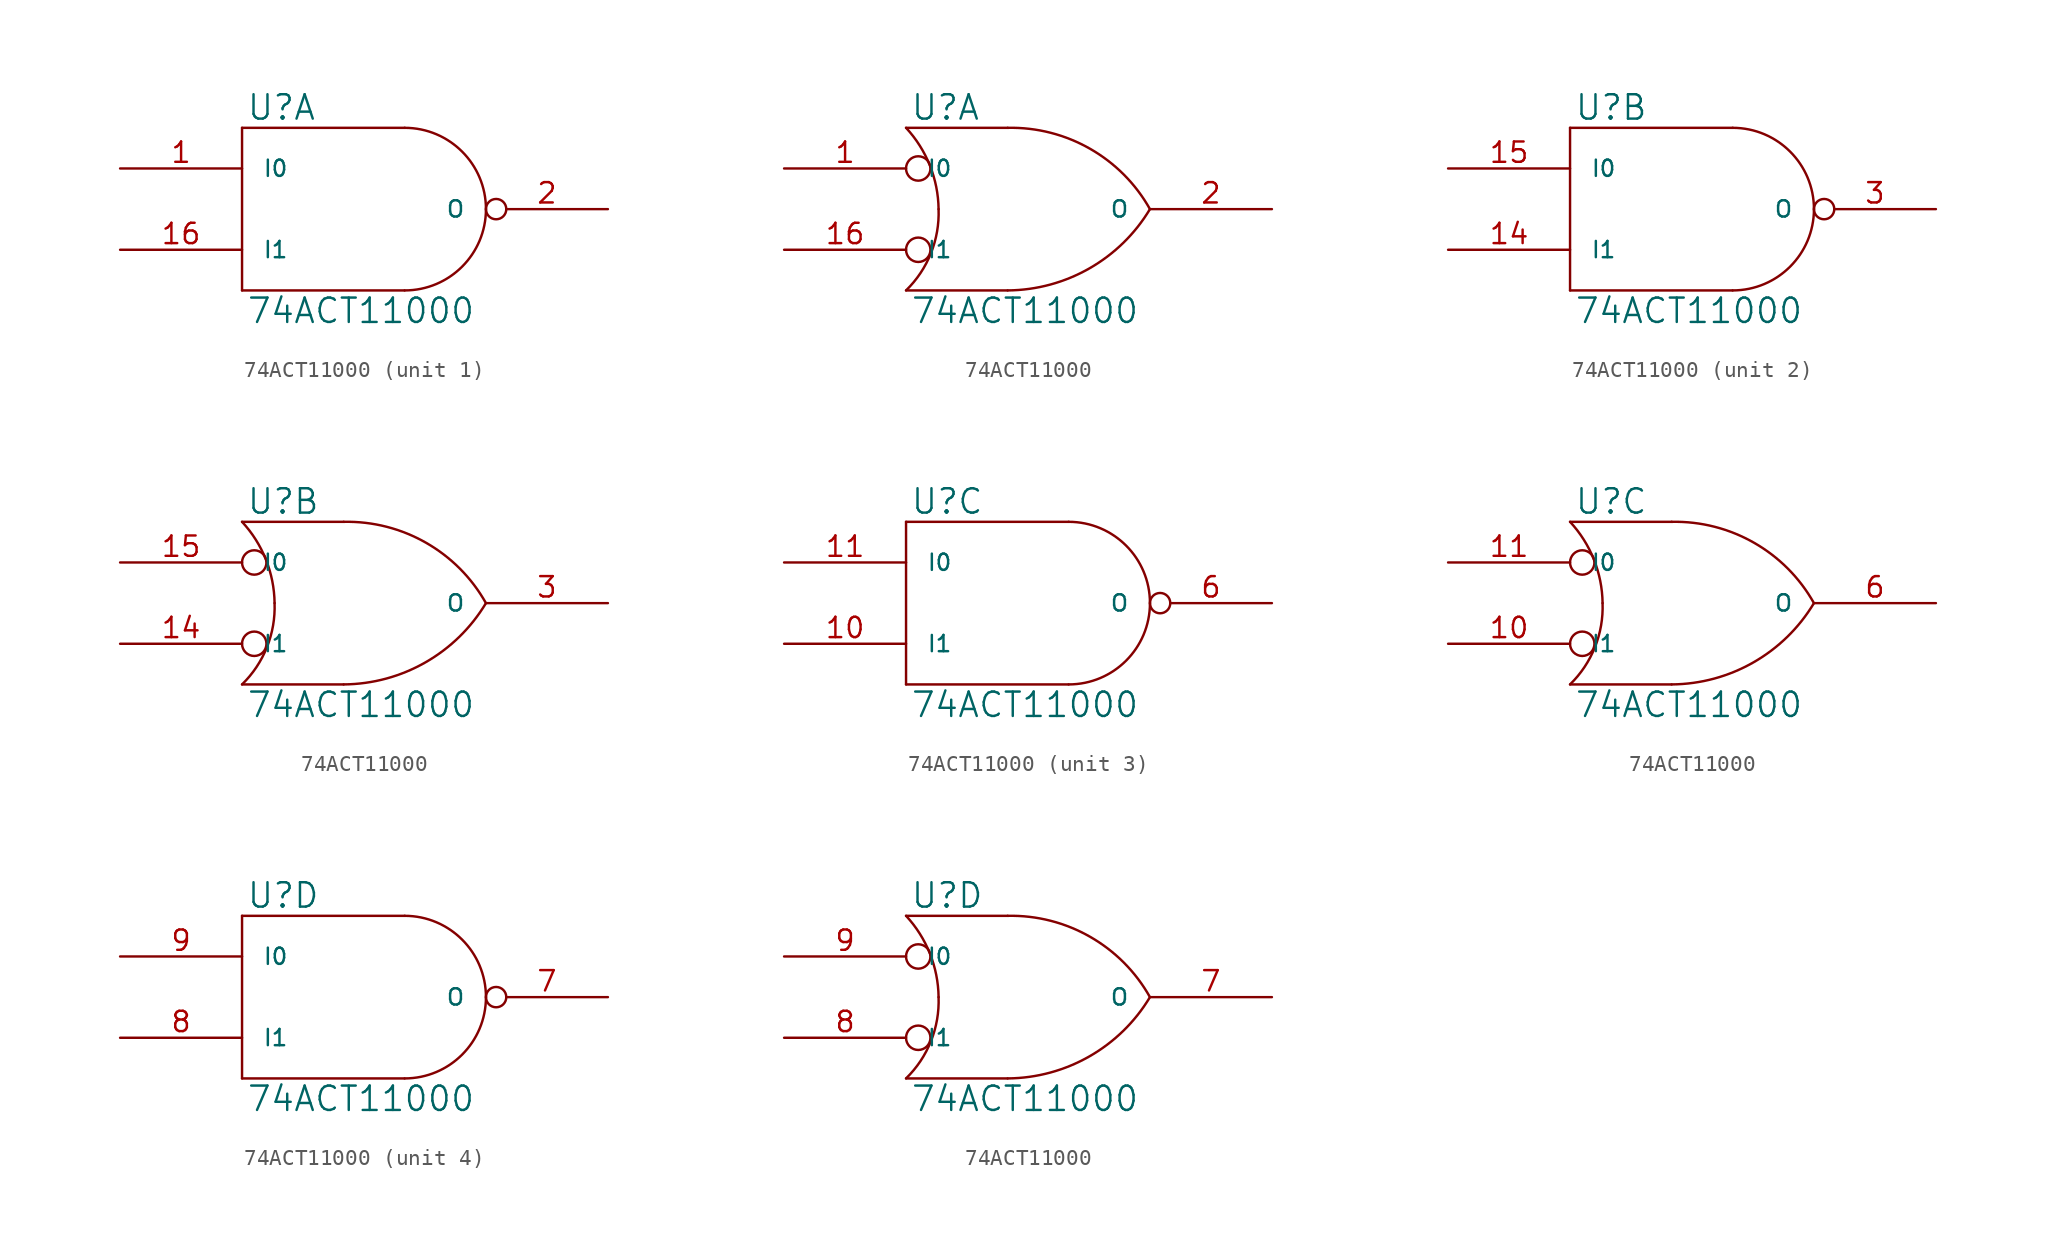
<source format=kicad_sym>
(kicad_symbol_lib
  (version 20231120)
  (generator "kicad_symbol_editor")
  (generator_version "8.0")
  (symbol "74ACT11000"
    (pin_names
      (offset 1.27))
    (property "Reference" "U"
      (at 0.254 0.381 0)
      (effects (font (size 1.524 1.524)) (justify left bottom)))
    (property "Value" "74ACT11000"
      (at 0.254 -10.541 0)
      (effects (font (size 1.524 1.524)) (justify left top)))
    (symbol "74ACT11000_0_1"
      (polyline (pts (xy 0 -10.16) (xy 10.16 -10.16)) (stroke (width 0) (type solid)) (fill (type none)))
      (polyline (pts (xy 0 0) (xy 0 -10.16)) (stroke (width 0) (type solid)) (fill (type none)))
      (polyline (pts (xy 10.16 0) (xy 0 0)) (stroke (width 0) (type solid)) (fill (type none)))
      (arc (start 10.16 -10.16) (mid 13.7521 -8.6721) (end 15.24 -5.08) (stroke (width 0) (type solid)) (fill (type none)))
      (arc (start 15.24 -5.08) (mid 13.7521 -1.4879) (end 10.16 0) (stroke (width 0) (type solid)) (fill (type none))))
    (symbol "74ACT11000_0_2"
      (arc (start 0 -10.16) (mid 1.5573 -7.8293) (end 2.032 -5.08) (stroke (width 0) (type solid)) (fill (type none)))
      (polyline (pts (xy 6.35 -10.16) (xy 0 -10.16)) (stroke (width 0) (type solid)) (fill (type none)))
      (polyline (pts (xy 6.35 0) (xy 0 0)) (stroke (width 0) (type solid)) (fill (type none)))
      (circle (center 0.762 -7.62) (radius 0.762) (stroke (width 0) (type solid)) (fill (type none)))
      (circle (center 0.762 -2.54) (radius 0.762) (stroke (width 0) (type solid)) (fill (type none)))
      (arc (start 2.032 -5.08) (mid 1.4906 -2.3584) (end 0 0) (stroke (width 0) (type solid)) (fill (type none)))
      (arc (start 6.35 -10.16) (mid 11.4496 -8.7875) (end 15.24 -5.08) (stroke (width 0) (type solid)) (fill (type none)))
      (arc (start 15.24 -5.08) (mid 11.4893 -1.3041) (end 6.35 0) (stroke (width 0) (type solid)) (fill (type none))))
    (symbol "74ACT11000_1_1"
      (pin input line (at -7.62 -2.54 0) (length 7.62) (name "I0" (effects (font (size 1.016 1.016)))) (number "1" (effects (font (size 1.27 1.27)))))
      (pin power_in line (at 2.54 0 270) (length 0) hide (name "VCC" (effects (font (size 1.016 1.016)))) (number "12" (effects (font (size 1.27 1.27)))))
      (pin power_in line (at 0 0 270) (length 0) hide (name "VCC" (effects (font (size 1.016 1.016)))) (number "13" (effects (font (size 1.27 1.27)))))
      (pin input line (at -7.62 -7.62 0) (length 7.62) (name "I1" (effects (font (size 1.016 1.016)))) (number "16" (effects (font (size 1.27 1.27)))))
      (pin output inverted (at 22.86 -5.08 180) (length 7.62) (name "O" (effects (font (size 1.016 1.016)))) (number "2" (effects (font (size 1.27 1.27)))))
      (pin power_in line (at 0 -10.16 90) (length 0) hide (name "GND" (effects (font (size 1.016 1.016)))) (number "4" (effects (font (size 1.27 1.27)))))
      (pin power_in line (at 2.54 -10.16 90) (length 0) hide (name "GND" (effects (font (size 1.016 1.016)))) (number "5" (effects (font (size 1.27 1.27))))))
    (symbol "74ACT11000_1_2"
      (pin input line (at -7.62 -2.54 0) (length 7.62) (name "I0" (effects (font (size 1.016 1.016)))) (number "1" (effects (font (size 1.27 1.27)))))
      (pin power_in line (at 2.54 0 270) (length 0) hide (name "VCC" (effects (font (size 1.016 1.016)))) (number "12" (effects (font (size 1.27 1.27)))))
      (pin power_in line (at 0 0 270) (length 0) hide (name "VCC" (effects (font (size 1.016 1.016)))) (number "13" (effects (font (size 1.27 1.27)))))
      (pin input line (at -7.62 -7.62 0) (length 7.62) (name "I1" (effects (font (size 1.016 1.016)))) (number "16" (effects (font (size 1.27 1.27)))))
      (pin output line (at 22.86 -5.08 180) (length 7.62) (name "O" (effects (font (size 1.016 1.016)))) (number "2" (effects (font (size 1.27 1.27)))))
      (pin power_in line (at 0 -10.16 90) (length 0) hide (name "GND" (effects (font (size 1.016 1.016)))) (number "4" (effects (font (size 1.27 1.27)))))
      (pin power_in line (at 2.54 -10.16 90) (length 0) hide (name "GND" (effects (font (size 1.016 1.016)))) (number "5" (effects (font (size 1.27 1.27))))))
    (symbol "74ACT11000_2_1"
      (pin power_in line (at 2.54 0 270) (length 0) hide (name "VCC" (effects (font (size 1.016 1.016)))) (number "12" (effects (font (size 1.27 1.27)))))
      (pin power_in line (at 0 0 270) (length 0) hide (name "VCC" (effects (font (size 1.016 1.016)))) (number "13" (effects (font (size 1.27 1.27)))))
      (pin input line (at -7.62 -7.62 0) (length 7.62) (name "I1" (effects (font (size 1.016 1.016)))) (number "14" (effects (font (size 1.27 1.27)))))
      (pin input line (at -7.62 -2.54 0) (length 7.62) (name "I0" (effects (font (size 1.016 1.016)))) (number "15" (effects (font (size 1.27 1.27)))))
      (pin output inverted (at 22.86 -5.08 180) (length 7.62) (name "O" (effects (font (size 1.016 1.016)))) (number "3" (effects (font (size 1.27 1.27)))))
      (pin power_in line (at 0 -10.16 90) (length 0) hide (name "GND" (effects (font (size 1.016 1.016)))) (number "4" (effects (font (size 1.27 1.27)))))
      (pin power_in line (at 2.54 -10.16 90) (length 0) hide (name "GND" (effects (font (size 1.016 1.016)))) (number "5" (effects (font (size 1.27 1.27))))))
    (symbol "74ACT11000_2_2"
      (pin power_in line (at 2.54 0 270) (length 0) hide (name "VCC" (effects (font (size 1.016 1.016)))) (number "12" (effects (font (size 1.27 1.27)))))
      (pin power_in line (at 0 0 270) (length 0) hide (name "VCC" (effects (font (size 1.016 1.016)))) (number "13" (effects (font (size 1.27 1.27)))))
      (pin input line (at -7.62 -7.62 0) (length 7.62) (name "I1" (effects (font (size 1.016 1.016)))) (number "14" (effects (font (size 1.27 1.27)))))
      (pin input line (at -7.62 -2.54 0) (length 7.62) (name "I0" (effects (font (size 1.016 1.016)))) (number "15" (effects (font (size 1.27 1.27)))))
      (pin output line (at 22.86 -5.08 180) (length 7.62) (name "O" (effects (font (size 1.016 1.016)))) (number "3" (effects (font (size 1.27 1.27)))))
      (pin power_in line (at 0 -10.16 90) (length 0) hide (name "GND" (effects (font (size 1.016 1.016)))) (number "4" (effects (font (size 1.27 1.27)))))
      (pin power_in line (at 2.54 -10.16 90) (length 0) hide (name "GND" (effects (font (size 1.016 1.016)))) (number "5" (effects (font (size 1.27 1.27))))))
    (symbol "74ACT11000_3_1"
      (pin input line (at -7.62 -7.62 0) (length 7.62) (name "I1" (effects (font (size 1.016 1.016)))) (number "10" (effects (font (size 1.27 1.27)))))
      (pin input line (at -7.62 -2.54 0) (length 7.62) (name "I0" (effects (font (size 1.016 1.016)))) (number "11" (effects (font (size 1.27 1.27)))))
      (pin power_in line (at 2.54 0 270) (length 0) hide (name "VCC" (effects (font (size 1.016 1.016)))) (number "12" (effects (font (size 1.27 1.27)))))
      (pin power_in line (at 0 0 270) (length 0) hide (name "VCC" (effects (font (size 1.016 1.016)))) (number "13" (effects (font (size 1.27 1.27)))))
      (pin power_in line (at 0 -10.16 90) (length 0) hide (name "GND" (effects (font (size 1.016 1.016)))) (number "4" (effects (font (size 1.27 1.27)))))
      (pin power_in line (at 2.54 -10.16 90) (length 0) hide (name "GND" (effects (font (size 1.016 1.016)))) (number "5" (effects (font (size 1.27 1.27)))))
      (pin output inverted (at 22.86 -5.08 180) (length 7.62) (name "O" (effects (font (size 1.016 1.016)))) (number "6" (effects (font (size 1.27 1.27))))))
    (symbol "74ACT11000_3_2"
      (pin input line (at -7.62 -7.62 0) (length 7.62) (name "I1" (effects (font (size 1.016 1.016)))) (number "10" (effects (font (size 1.27 1.27)))))
      (pin input line (at -7.62 -2.54 0) (length 7.62) (name "I0" (effects (font (size 1.016 1.016)))) (number "11" (effects (font (size 1.27 1.27)))))
      (pin power_in line (at 2.54 0 270) (length 0) hide (name "VCC" (effects (font (size 1.016 1.016)))) (number "12" (effects (font (size 1.27 1.27)))))
      (pin power_in line (at 0 0 270) (length 0) hide (name "VCC" (effects (font (size 1.016 1.016)))) (number "13" (effects (font (size 1.27 1.27)))))
      (pin power_in line (at 0 -10.16 90) (length 0) hide (name "GND" (effects (font (size 1.016 1.016)))) (number "4" (effects (font (size 1.27 1.27)))))
      (pin power_in line (at 2.54 -10.16 90) (length 0) hide (name "GND" (effects (font (size 1.016 1.016)))) (number "5" (effects (font (size 1.27 1.27)))))
      (pin output line (at 22.86 -5.08 180) (length 7.62) (name "O" (effects (font (size 1.016 1.016)))) (number "6" (effects (font (size 1.27 1.27))))))
    (symbol "74ACT11000_4_1"
      (pin power_in line (at 2.54 0 270) (length 0) hide (name "VCC" (effects (font (size 1.016 1.016)))) (number "12" (effects (font (size 1.27 1.27)))))
      (pin power_in line (at 0 0 270) (length 0) hide (name "VCC" (effects (font (size 1.016 1.016)))) (number "13" (effects (font (size 1.27 1.27)))))
      (pin power_in line (at 0 -10.16 90) (length 0) hide (name "GND" (effects (font (size 1.016 1.016)))) (number "4" (effects (font (size 1.27 1.27)))))
      (pin power_in line (at 2.54 -10.16 90) (length 0) hide (name "GND" (effects (font (size 1.016 1.016)))) (number "5" (effects (font (size 1.27 1.27)))))
      (pin output inverted (at 22.86 -5.08 180) (length 7.62) (name "O" (effects (font (size 1.016 1.016)))) (number "7" (effects (font (size 1.27 1.27)))))
      (pin input line (at -7.62 -7.62 0) (length 7.62) (name "I1" (effects (font (size 1.016 1.016)))) (number "8" (effects (font (size 1.27 1.27)))))
      (pin input line (at -7.62 -2.54 0) (length 7.62) (name "I0" (effects (font (size 1.016 1.016)))) (number "9" (effects (font (size 1.27 1.27))))))
    (symbol "74ACT11000_4_2"
      (pin power_in line (at 2.54 0 270) (length 0) hide (name "VCC" (effects (font (size 1.016 1.016)))) (number "12" (effects (font (size 1.27 1.27)))))
      (pin power_in line (at 0 0 270) (length 0) hide (name "VCC" (effects (font (size 1.016 1.016)))) (number "13" (effects (font (size 1.27 1.27)))))
      (pin power_in line (at 0 -10.16 90) (length 0) hide (name "GND" (effects (font (size 1.016 1.016)))) (number "4" (effects (font (size 1.27 1.27)))))
      (pin power_in line (at 2.54 -10.16 90) (length 0) hide (name "GND" (effects (font (size 1.016 1.016)))) (number "5" (effects (font (size 1.27 1.27)))))
      (pin output line (at 22.86 -5.08 180) (length 7.62) (name "O" (effects (font (size 1.016 1.016)))) (number "7" (effects (font (size 1.27 1.27)))))
      (pin input line (at -7.62 -7.62 0) (length 7.62) (name "I1" (effects (font (size 1.016 1.016)))) (number "8" (effects (font (size 1.27 1.27)))))
      (pin input line (at -7.62 -2.54 0) (length 7.62) (name "I0" (effects (font (size 1.016 1.016)))) (number "9" (effects (font (size 1.27 1.27))))))))
</source>
